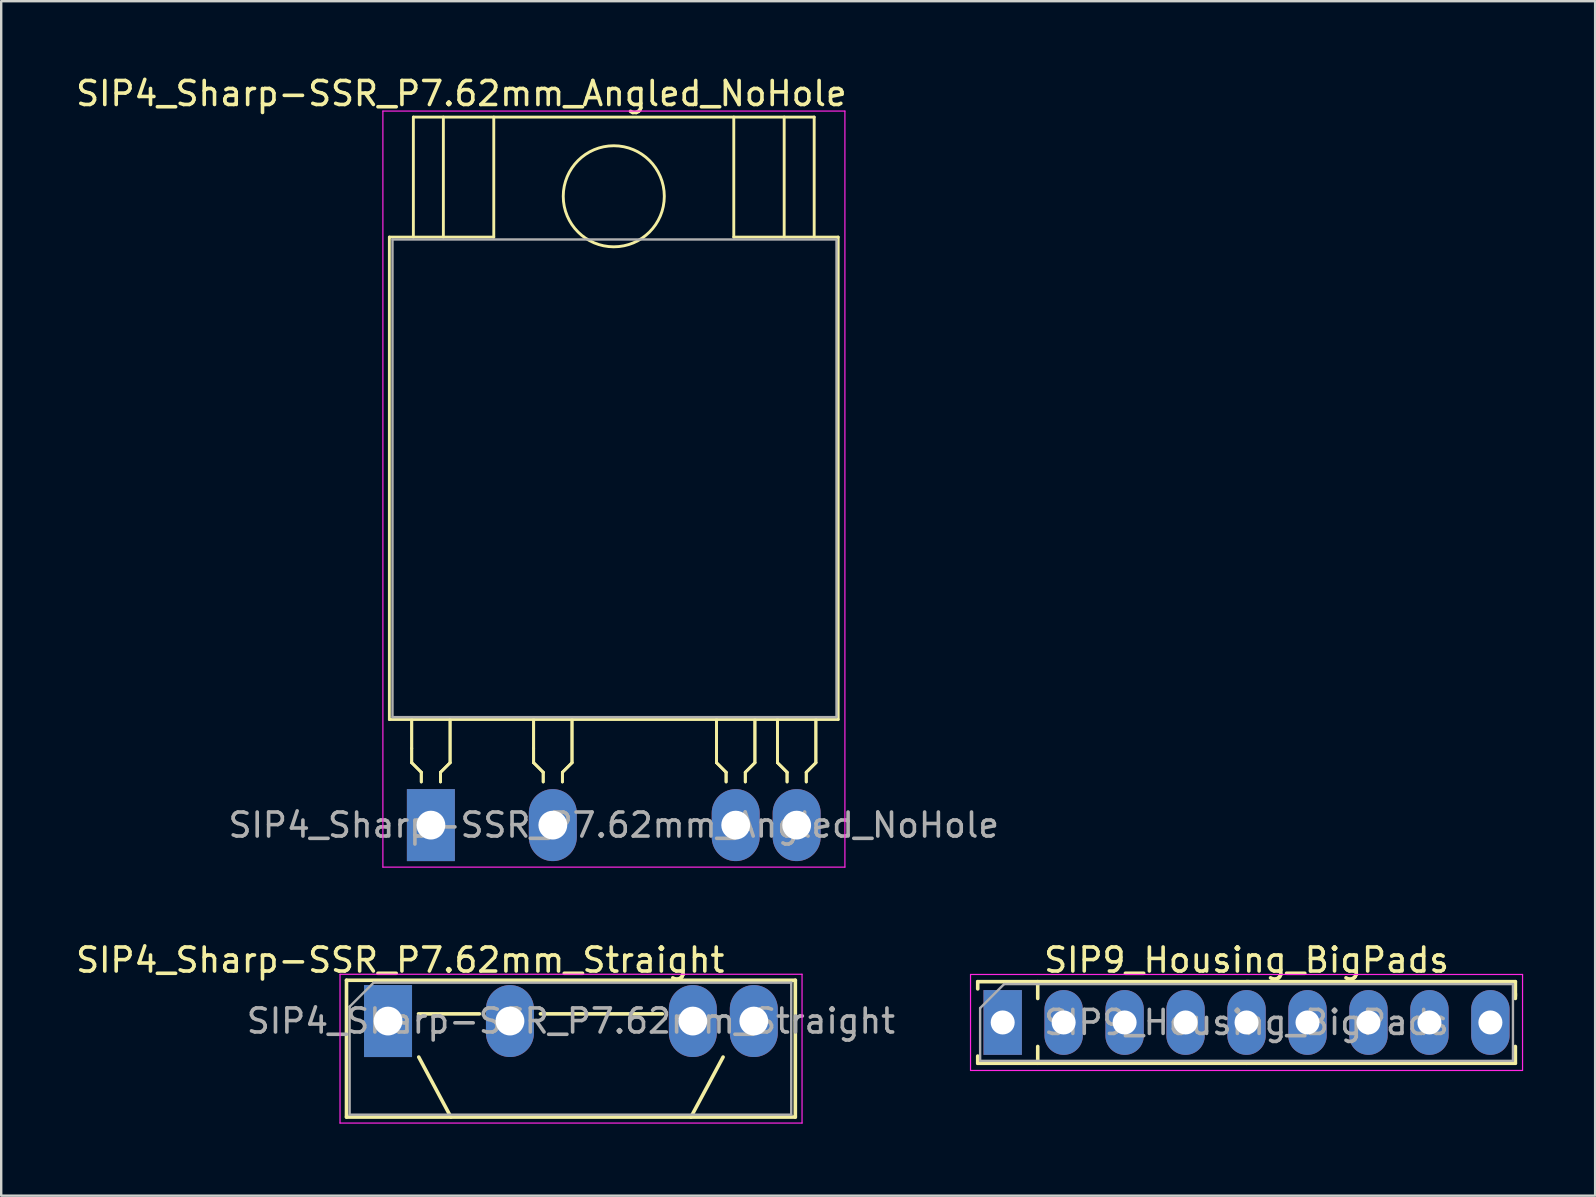
<source format=kicad_pcb>
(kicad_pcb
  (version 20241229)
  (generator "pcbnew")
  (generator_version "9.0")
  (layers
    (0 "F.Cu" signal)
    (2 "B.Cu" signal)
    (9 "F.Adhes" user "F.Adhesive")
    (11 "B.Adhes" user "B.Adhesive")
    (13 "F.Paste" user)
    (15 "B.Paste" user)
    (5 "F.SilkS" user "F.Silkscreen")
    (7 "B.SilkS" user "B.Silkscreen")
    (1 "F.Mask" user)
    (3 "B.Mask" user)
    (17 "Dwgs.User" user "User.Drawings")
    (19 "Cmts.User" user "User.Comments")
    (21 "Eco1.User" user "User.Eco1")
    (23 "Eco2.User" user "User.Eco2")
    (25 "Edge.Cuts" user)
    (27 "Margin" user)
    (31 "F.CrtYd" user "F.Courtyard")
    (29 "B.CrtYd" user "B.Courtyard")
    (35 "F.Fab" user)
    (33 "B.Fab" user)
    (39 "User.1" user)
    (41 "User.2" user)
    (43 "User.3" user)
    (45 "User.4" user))
  (footprint "SIP4_Sharp-SSR_P7.62mm_Straight"
    (layer "F.Cu")
    (at 13.117 39.492)
    (property "Reference" "SIP4_Sharp-SSR_P7.62mm_Straight" (at 0.508 -2.54 0) (layer "F.SilkS") (effects (font (size 1 1) (thickness 0.15))))
    (attr through_hole)
    (fp_line (start -1.73 -1.7) (end 16.97 -1.7) (stroke (width 0.15) (type solid)) (layer "F.SilkS"))
    (fp_line (start -1.73 4) (end -1.73 -1.7) (stroke (width 0.15) (type solid)) (layer "F.SilkS"))
    (fp_line (start 1.27 -0.3) (end 3.81 -0.3) (stroke (width 0.15) (type solid)) (layer "F.SilkS"))
    (fp_line (start 2.62 4) (end 1.28 1.5) (stroke (width 0.15) (type solid)) (layer "F.SilkS"))
    (fp_line (start 6.35 -0.3) (end 11.43 -0.3) (stroke (width 0.15) (type solid)) (layer "F.SilkS"))
    (fp_line (start 12.62 4) (end 13.96 1.5) (stroke (width 0.15) (type solid)) (layer "F.SilkS"))
    (fp_line (start 16.97 -1.7) (end 16.97 4) (stroke (width 0.15) (type solid)) (layer "F.SilkS"))
    (fp_line (start 16.97 4) (end -1.73 4) (stroke (width 0.15) (type solid)) (layer "F.SilkS"))
    (fp_line (start -2 -1.95) (end 17.25 -1.95) (stroke (width 0.05) (type solid)) (layer "F.CrtYd"))
    (fp_line (start -2 4.25) (end -2 -1.95) (stroke (width 0.05) (type solid)) (layer "F.CrtYd"))
    (fp_line (start 17.25 -1.95) (end 17.25 4.25) (stroke (width 0.05) (type solid)) (layer "F.CrtYd"))
    (fp_line (start 17.25 4.25) (end -2 4.25) (stroke (width 0.05) (type solid)) (layer "F.CrtYd"))
    (fp_line (start -1.6 -0.6) (end -1.6 3.9) (stroke (width 0.1) (type solid)) (layer "F.Fab"))
    (fp_line (start -1.6 3.9) (end 16.8 3.9) (stroke (width 0.1) (type solid)) (layer "F.Fab"))
    (fp_line (start -0.6 -1.6) (end -1.6 -0.6) (stroke (width 0.1) (type solid)) (layer "F.Fab"))
    (fp_line (start 16.8 -1.6) (end -0.6 -1.6) (stroke (width 0.1) (type solid)) (layer "F.Fab"))
    (fp_line (start 16.8 3.9) (end 16.8 -1.6) (stroke (width 0.1) (type solid)) (layer "F.Fab"))
    (fp_text user "${REFERENCE}" (at 7.62 0 0) (layer "F.Fab") (effects (font (size 1 1) (thickness 0.15))))
    (pad "1" thru_hole rect (at 0 0) (size 2 3) (drill 1.2) (layers "*.Cu" "*.Mask"))
    (pad "2" thru_hole oval (at 5.08 0) (size 2 3) (drill 1.2) (layers "*.Cu" "*.Mask"))
    (pad "3" thru_hole oval (at 12.7 0) (size 2 3) (drill 1.2) (layers "*.Cu" "*.Mask"))
    (pad "4" thru_hole oval (at 15.24 0) (size 2 3) (drill 1.2) (layers "*.Cu" "*.Mask")))
  (footprint "SIP4_Sharp-SSR_P7.62mm_Angled_NoHole"
    (layer "F.Cu")
    (at 14.903 31.328)
    (property "Reference" "SIP4_Sharp-SSR_P7.62mm_Angled_NoHole" (at 1.27 -30.48 0) (layer "F.SilkS") (effects (font (size 1 1) (thickness 0.15))))
    (attr through_hole)
    (fp_line (start -1.73 -24.5) (end 2.62 -24.5) (stroke (width 0.12) (type solid)) (layer "F.SilkS"))
    (fp_line (start -1.73 -4.4) (end -1.73 -24.5) (stroke (width 0.12) (type solid)) (layer "F.SilkS"))
    (fp_line (start -0.8 -3.2) (end -0.8 -4.4) (stroke (width 0.12) (type solid)) (layer "F.SilkS"))
    (fp_line (start -0.8 -3.2) (end -0.8 -4.4) (stroke (width 0.12) (type solid)) (layer "F.SilkS"))
    (fp_line (start -0.8 -2.6) (end -0.8 -3.2) (stroke (width 0.12) (type solid)) (layer "F.SilkS"))
    (fp_line (start -0.8 -2.6) (end -0.8 -3.2) (stroke (width 0.12) (type solid)) (layer "F.SilkS"))
    (fp_line (start -0.73 -29.5) (end 15.97 -29.5) (stroke (width 0.12) (type solid)) (layer "F.SilkS"))
    (fp_line (start -0.73 -24.5) (end -0.73 -29.5) (stroke (width 0.12) (type solid)) (layer "F.SilkS"))
    (fp_line (start -0.4 -2.2) (end -0.8 -2.6) (stroke (width 0.12) (type solid)) (layer "F.SilkS"))
    (fp_line (start -0.4 -2.2) (end -0.8 -2.6) (stroke (width 0.12) (type solid)) (layer "F.SilkS"))
    (fp_line (start -0.4 -2.2) (end -0.4 -1.8) (stroke (width 0.12) (type solid)) (layer "F.SilkS"))
    (fp_line (start -0.4 -2.2) (end -0.4 -1.8) (stroke (width 0.12) (type solid)) (layer "F.SilkS"))
    (fp_line (start 0.4 -2.2) (end 0.8 -2.6) (stroke (width 0.12) (type solid)) (layer "F.SilkS"))
    (fp_line (start 0.4 -2.2) (end 0.8 -2.6) (stroke (width 0.12) (type solid)) (layer "F.SilkS"))
    (fp_line (start 0.4 -1.8) (end 0.4 -2.2) (stroke (width 0.12) (type solid)) (layer "F.SilkS"))
    (fp_line (start 0.4 -1.8) (end 0.4 -2.2) (stroke (width 0.12) (type solid)) (layer "F.SilkS"))
    (fp_line (start 0.52 -24.5) (end 0.52 -29.5) (stroke (width 0.12) (type solid)) (layer "F.SilkS"))
    (fp_line (start 0.8 -2.6) (end 0.8 -4.4) (stroke (width 0.12) (type solid)) (layer "F.SilkS"))
    (fp_line (start 0.8 -2.6) (end 0.8 -4.4) (stroke (width 0.12) (type solid)) (layer "F.SilkS"))
    (fp_line (start 2.62 -29.5) (end 2.62 -24.5) (stroke (width 0.12) (type solid)) (layer "F.SilkS"))
    (fp_line (start 4.28 -3.2) (end 4.28 -4.4) (stroke (width 0.12) (type solid)) (layer "F.SilkS"))
    (fp_line (start 4.28 -3.2) (end 4.28 -4.4) (stroke (width 0.12) (type solid)) (layer "F.SilkS"))
    (fp_line (start 4.28 -2.6) (end 4.28 -3.2) (stroke (width 0.12) (type solid)) (layer "F.SilkS"))
    (fp_line (start 4.28 -2.6) (end 4.28 -3.2) (stroke (width 0.12) (type solid)) (layer "F.SilkS"))
    (fp_line (start 4.68 -2.2) (end 4.28 -2.6) (stroke (width 0.12) (type solid)) (layer "F.SilkS"))
    (fp_line (start 4.68 -2.2) (end 4.28 -2.6) (stroke (width 0.12) (type solid)) (layer "F.SilkS"))
    (fp_line (start 4.68 -2.2) (end 4.68 -1.8) (stroke (width 0.12) (type solid)) (layer "F.SilkS"))
    (fp_line (start 4.68 -2.2) (end 4.68 -1.8) (stroke (width 0.12) (type solid)) (layer "F.SilkS"))
    (fp_line (start 5.48 -2.2) (end 5.88 -2.6) (stroke (width 0.12) (type solid)) (layer "F.SilkS"))
    (fp_line (start 5.48 -2.2) (end 5.88 -2.6) (stroke (width 0.12) (type solid)) (layer "F.SilkS"))
    (fp_line (start 5.48 -1.8) (end 5.48 -2.2) (stroke (width 0.12) (type solid)) (layer "F.SilkS"))
    (fp_line (start 5.48 -1.8) (end 5.48 -2.2) (stroke (width 0.12) (type solid)) (layer "F.SilkS"))
    (fp_line (start 5.88 -2.6) (end 5.88 -4.4) (stroke (width 0.12) (type solid)) (layer "F.SilkS"))
    (fp_line (start 5.88 -2.6) (end 5.88 -4.4) (stroke (width 0.12) (type solid)) (layer "F.SilkS"))
    (fp_line (start 11.9 -3.2) (end 11.9 -4.4) (stroke (width 0.12) (type solid)) (layer "F.SilkS"))
    (fp_line (start 11.9 -3.2) (end 11.9 -4.4) (stroke (width 0.12) (type solid)) (layer "F.SilkS"))
    (fp_line (start 11.9 -2.6) (end 11.9 -3.2) (stroke (width 0.12) (type solid)) (layer "F.SilkS"))
    (fp_line (start 11.9 -2.6) (end 11.9 -3.2) (stroke (width 0.12) (type solid)) (layer "F.SilkS"))
    (fp_line (start 12.3 -2.2) (end 11.9 -2.6) (stroke (width 0.12) (type solid)) (layer "F.SilkS"))
    (fp_line (start 12.3 -2.2) (end 11.9 -2.6) (stroke (width 0.12) (type solid)) (layer "F.SilkS"))
    (fp_line (start 12.3 -2.2) (end 12.3 -1.8) (stroke (width 0.12) (type solid)) (layer "F.SilkS"))
    (fp_line (start 12.3 -2.2) (end 12.3 -1.8) (stroke (width 0.12) (type solid)) (layer "F.SilkS"))
    (fp_line (start 12.62 -29.5) (end 12.62 -24.5) (stroke (width 0.12) (type solid)) (layer "F.SilkS"))
    (fp_line (start 12.62 -24.5) (end 16.97 -24.5) (stroke (width 0.12) (type solid)) (layer "F.SilkS"))
    (fp_line (start 13.1 -2.2) (end 13.5 -2.6) (stroke (width 0.12) (type solid)) (layer "F.SilkS"))
    (fp_line (start 13.1 -2.2) (end 13.5 -2.6) (stroke (width 0.12) (type solid)) (layer "F.SilkS"))
    (fp_line (start 13.1 -1.8) (end 13.1 -2.2) (stroke (width 0.12) (type solid)) (layer "F.SilkS"))
    (fp_line (start 13.1 -1.8) (end 13.1 -2.2) (stroke (width 0.12) (type solid)) (layer "F.SilkS"))
    (fp_line (start 13.5 -2.6) (end 13.5 -4.4) (stroke (width 0.12) (type solid)) (layer "F.SilkS"))
    (fp_line (start 13.5 -2.6) (end 13.5 -4.4) (stroke (width 0.12) (type solid)) (layer "F.SilkS"))
    (fp_line (start 14.44 -3.2) (end 14.44 -4.4) (stroke (width 0.12) (type solid)) (layer "F.SilkS"))
    (fp_line (start 14.44 -3.2) (end 14.44 -4.4) (stroke (width 0.12) (type solid)) (layer "F.SilkS"))
    (fp_line (start 14.44 -2.6) (end 14.44 -3.2) (stroke (width 0.12) (type solid)) (layer "F.SilkS"))
    (fp_line (start 14.44 -2.6) (end 14.44 -3.2) (stroke (width 0.12) (type solid)) (layer "F.SilkS"))
    (fp_line (start 14.72 -24.5) (end 14.72 -29.5) (stroke (width 0.12) (type solid)) (layer "F.SilkS"))
    (fp_line (start 14.84 -2.2) (end 14.44 -2.6) (stroke (width 0.12) (type solid)) (layer "F.SilkS"))
    (fp_line (start 14.84 -2.2) (end 14.44 -2.6) (stroke (width 0.12) (type solid)) (layer "F.SilkS"))
    (fp_line (start 14.84 -2.2) (end 14.84 -1.8) (stroke (width 0.12) (type solid)) (layer "F.SilkS"))
    (fp_line (start 14.84 -2.2) (end 14.84 -1.8) (stroke (width 0.12) (type solid)) (layer "F.SilkS"))
    (fp_line (start 15.64 -2.2) (end 16.04 -2.6) (stroke (width 0.12) (type solid)) (layer "F.SilkS"))
    (fp_line (start 15.64 -2.2) (end 16.04 -2.6) (stroke (width 0.12) (type solid)) (layer "F.SilkS"))
    (fp_line (start 15.64 -1.8) (end 15.64 -2.2) (stroke (width 0.12) (type solid)) (layer "F.SilkS"))
    (fp_line (start 15.64 -1.8) (end 15.64 -2.2) (stroke (width 0.12) (type solid)) (layer "F.SilkS"))
    (fp_line (start 15.97 -24.5) (end 15.97 -29.5) (stroke (width 0.12) (type solid)) (layer "F.SilkS"))
    (fp_line (start 16.04 -2.6) (end 16.04 -4.4) (stroke (width 0.12) (type solid)) (layer "F.SilkS"))
    (fp_line (start 16.04 -2.6) (end 16.04 -4.4) (stroke (width 0.12) (type solid)) (layer "F.SilkS"))
    (fp_line (start 16.97 -24.5) (end 16.97 -4.4) (stroke (width 0.12) (type solid)) (layer "F.SilkS"))
    (fp_line (start 16.97 -4.4) (end -1.73 -4.4) (stroke (width 0.12) (type solid)) (layer "F.SilkS"))
    (fp_circle (center 7.62 -26.2) (end 9.35 -27.4) (stroke (width 0.12) (type solid)) (fill no) (layer "F.SilkS"))
    (fp_line (start -2 -29.75) (end 17.25 -29.75) (stroke (width 0.05) (type solid)) (layer "F.CrtYd"))
    (fp_line (start -2 1.75) (end -2 -29.75) (stroke (width 0.05) (type solid)) (layer "F.CrtYd"))
    (fp_line (start 17.25 -29.75) (end 17.25 1.75) (stroke (width 0.05) (type solid)) (layer "F.CrtYd"))
    (fp_line (start 17.25 1.75) (end -2 1.75) (stroke (width 0.05) (type solid)) (layer "F.CrtYd"))
    (fp_line (start -1.6 -24.4) (end 16.9 -24.4) (stroke (width 0.1) (type solid)) (layer "F.Fab"))
    (fp_line (start -1.6 -4.5) (end -1.6 -24.4) (stroke (width 0.1) (type solid)) (layer "F.Fab"))
    (fp_line (start 16.9 -24.4) (end 16.9 -4.5) (stroke (width 0.1) (type solid)) (layer "F.Fab"))
    (fp_line (start 16.9 -4.5) (end -1.6 -4.5) (stroke (width 0.1) (type solid)) (layer "F.Fab"))
    (fp_text user "${REFERENCE}" (at 7.62 0 0) (layer "F.Fab") (effects (font (size 1 1) (thickness 0.15))))
    (pad "1" thru_hole rect (at 0 0) (size 2 3) (drill 1.2) (layers "*.Cu" "*.Mask"))
    (pad "2" thru_hole oval (at 5.08 0) (size 2 3) (drill 1.2) (layers "*.Cu" "*.Mask"))
    (pad "3" thru_hole oval (at 12.7 0) (size 2 3) (drill 1.2) (layers "*.Cu" "*.Mask"))
    (pad "4" thru_hole oval (at 15.24 0) (size 2 3) (drill 1.2) (layers "*.Cu" "*.Mask")))
  (footprint "SIP9_Housing_BigPads"
    (layer "F.Cu")
    (at 38.727 39.551)
    (property "Reference" "SIP9_Housing_BigPads" (at 10.16 -2.6 0) (layer "F.SilkS") (effects (font (size 1 1) (thickness 0.15))))
    (attr through_hole)
    (fp_line (start -1.04 -1.7) (end -1.04 -1.4) (stroke (width 0.15) (type solid)) (layer "F.SilkS"))
    (fp_line (start -1.04 1.7) (end -1.04 1.4) (stroke (width 0.15) (type solid)) (layer "F.SilkS"))
    (fp_line (start 1.46 -1.7) (end 1.46 -1) (stroke (width 0.15) (type solid)) (layer "F.SilkS"))
    (fp_line (start 1.46 1.7) (end 1.46 1) (stroke (width 0.15) (type solid)) (layer "F.SilkS"))
    (fp_line (start 10.16 -1.7) (end 21.36 -1.7) (stroke (width 0.15) (type solid)) (layer "F.SilkS"))
    (fp_line (start 10.16 1.7) (end -1.04 1.7) (stroke (width 0.15) (type solid)) (layer "F.SilkS"))
    (fp_line (start 10.16 1.7) (end 21.36 1.7) (stroke (width 0.15) (type solid)) (layer "F.SilkS"))
    (fp_line (start 10.26 -1.7) (end -1.04 -1.7) (stroke (width 0.15) (type solid)) (layer "F.SilkS"))
    (fp_line (start 21.36 -1.7) (end 21.36 -1.1) (stroke (width 0.15) (type solid)) (layer "F.SilkS"))
    (fp_line (start 21.36 -1.2) (end 21.36 -1) (stroke (width 0.15) (type solid)) (layer "F.SilkS"))
    (fp_line (start 21.36 1.7) (end 21.36 1) (stroke (width 0.15) (type solid)) (layer "F.SilkS"))
    (fp_line (start -1.34 -2) (end -1.34 2) (stroke (width 0.05) (type solid)) (layer "F.CrtYd"))
    (fp_line (start -1.34 2) (end 21.66 2) (stroke (width 0.05) (type solid)) (layer "F.CrtYd"))
    (fp_line (start 21.66 -2) (end -1.34 -2) (stroke (width 0.05) (type solid)) (layer "F.CrtYd"))
    (fp_line (start 21.66 2) (end 21.66 -2) (stroke (width 0.05) (type solid)) (layer "F.CrtYd"))
    (fp_line (start -0.94 -0.6) (end 0.06 -1.6) (stroke (width 0.1) (type solid)) (layer "F.Fab"))
    (fp_line (start -0.94 1.6) (end -0.94 -0.6) (stroke (width 0.1) (type solid)) (layer "F.Fab"))
    (fp_line (start 0.06 -1.6) (end 21.26 -1.6) (stroke (width 0.1) (type solid)) (layer "F.Fab"))
    (fp_line (start 21.26 -1.6) (end 21.26 1.6) (stroke (width 0.1) (type solid)) (layer "F.Fab"))
    (fp_line (start 21.26 1.6) (end -0.94 1.6) (stroke (width 0.1) (type solid)) (layer "F.Fab"))
    (fp_text user "${REFERENCE}" (at 10.16 0 0) (layer "F.Fab") (effects (font (size 1 1) (thickness 0.15))))
    (pad "1" thru_hole rect (at 0 0 90) (size 2.7 1.6) (drill 1) (layers "*.Cu" "*.Mask"))
    (pad "2" thru_hole oval (at 2.54 0 90) (size 2.7 1.6) (drill 1) (layers "*.Cu" "*.Mask"))
    (pad "3" thru_hole oval (at 5.08 0 90) (size 2.7 1.6) (drill 1) (layers "*.Cu" "*.Mask"))
    (pad "4" thru_hole oval (at 7.62 0 90) (size 2.7 1.6) (drill 1) (layers "*.Cu" "*.Mask"))
    (pad "5" thru_hole oval (at 10.16 0 90) (size 2.7 1.6) (drill 1) (layers "*.Cu" "*.Mask"))
    (pad "6" thru_hole oval (at 12.7 0 90) (size 2.7 1.6) (drill 1) (layers "*.Cu" "*.Mask"))
    (pad "7" thru_hole oval (at 15.24 0 90) (size 2.7 1.6) (drill 1) (layers "*.Cu" "*.Mask"))
    (pad "8" thru_hole oval (at 17.78 0 90) (size 2.7 1.6) (drill 1) (layers "*.Cu" "*.Mask"))
    (pad "9" thru_hole oval (at 20.32 0 90) (size 2.7 1.6) (drill 1) (layers "*.Cu" "*.Mask")))
  (gr_rect
    (start -3 -3)
    (end 63.412 46.767)
    (stroke (width 0.1) (type default))
    (fill no)
    (layer "Edge.Cuts")))
</source>
